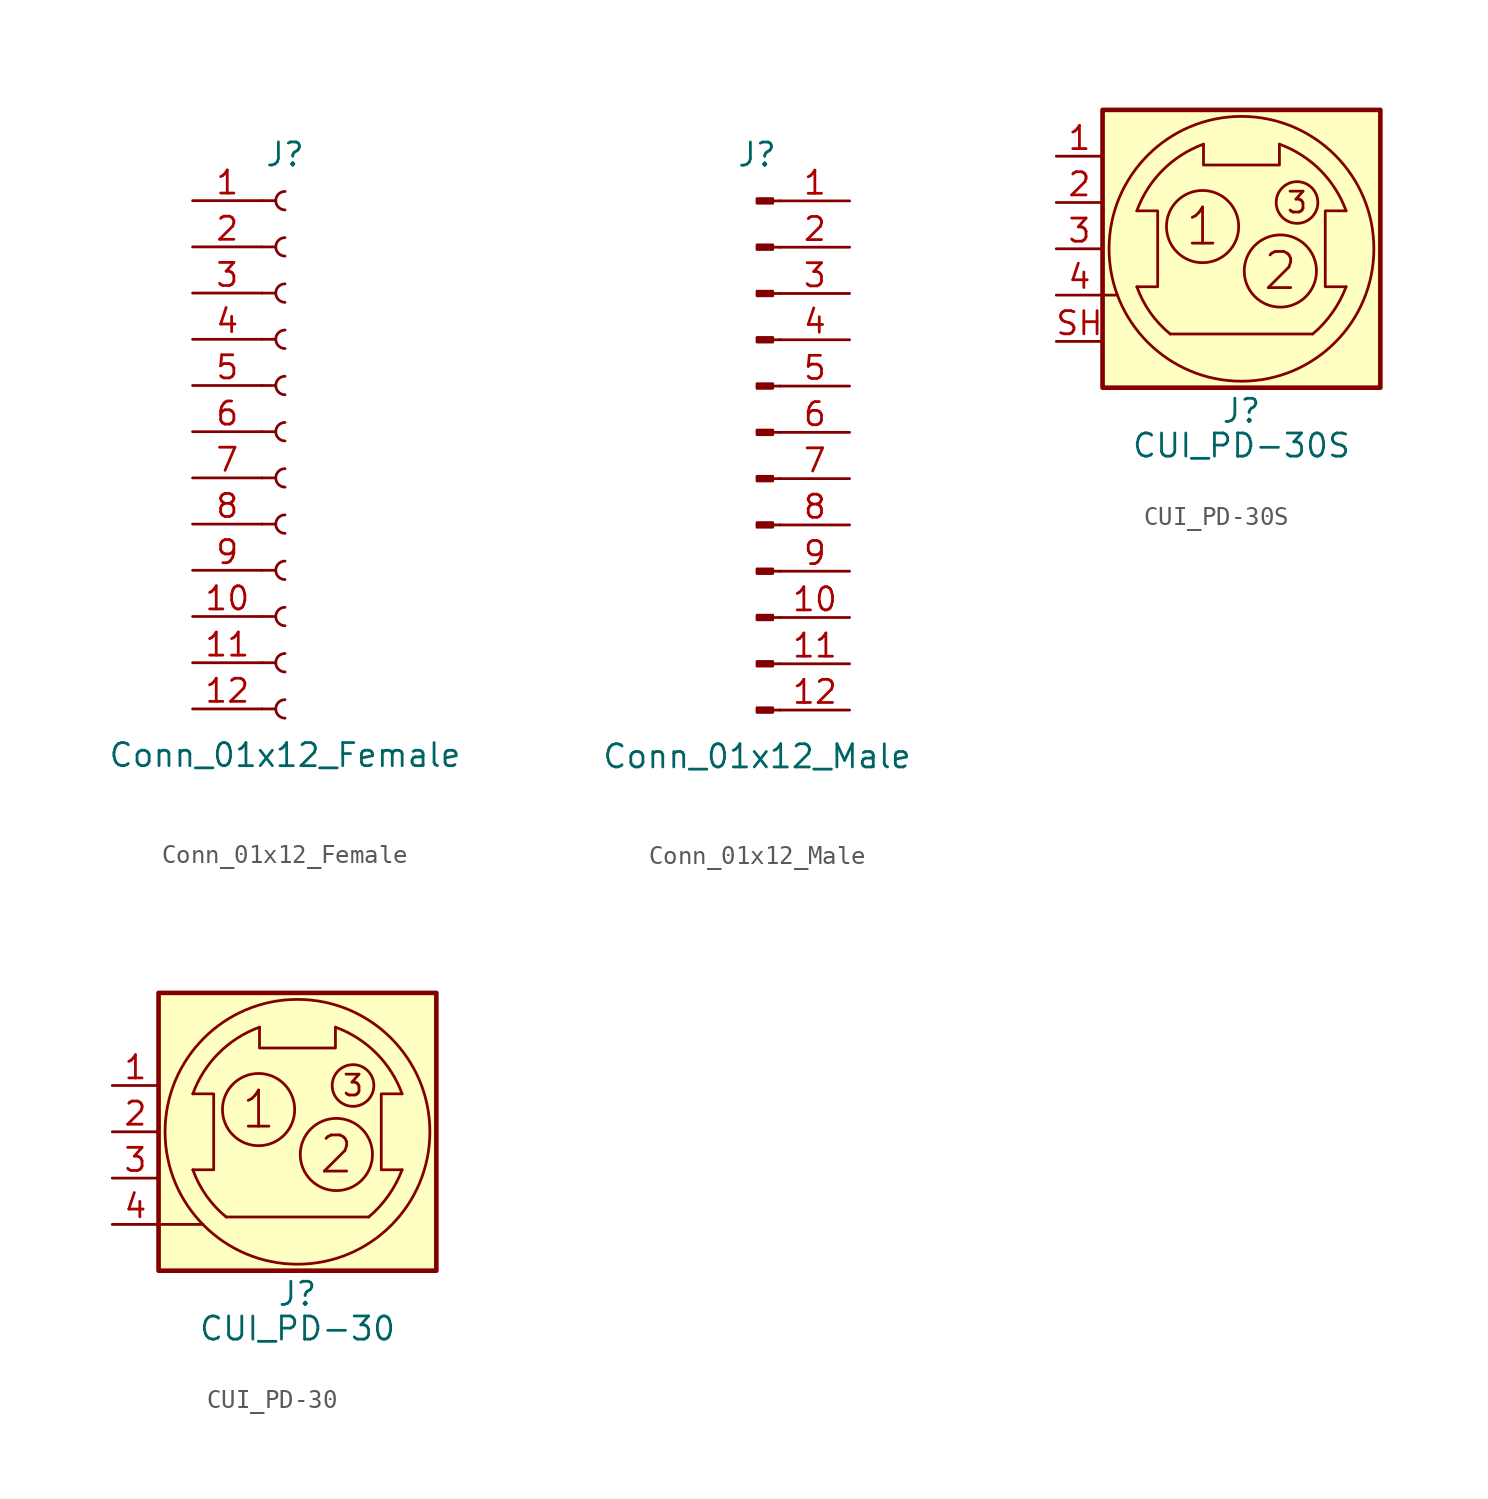
<source format=kicad_sym>
(kicad_symbol_lib
  (version 20220914)
  (generator kicad_symbol_editor)
  (symbol "Conn_01x12_Female"
    (pin_names
      (offset 1.016) hide)
    (property "Reference" "J"
      (at 0 15.24 0)
      (effects (font (size 1.27 1.27))))
    (property "Value" "Conn_01x12_Female"
      (at 0 -17.78 0)
      (effects (font (size 1.27 1.27))))
    (symbol "Conn_01x12_Female_1_1"
      (arc (start 0 -14.732) (mid -0.5058 -15.24) (end 0 -15.748) (stroke (width 0.1524) (type solid)) (fill (type none)))
      (arc (start 0 -12.192) (mid -0.5058 -12.7) (end 0 -13.208) (stroke (width 0.1524) (type solid)) (fill (type none)))
      (arc (start 0 -9.652) (mid -0.5058 -10.16) (end 0 -10.668) (stroke (width 0.1524) (type solid)) (fill (type none)))
      (arc (start 0 -7.112) (mid -0.5058 -7.62) (end 0 -8.128) (stroke (width 0.1524) (type solid)) (fill (type none)))
      (arc (start 0 -4.572) (mid -0.5058 -5.08) (end 0 -5.588) (stroke (width 0.1524) (type solid)) (fill (type none)))
      (arc (start 0 -2.032) (mid -0.5058 -2.54) (end 0 -3.048) (stroke (width 0.1524) (type solid)) (fill (type none)))
      (polyline (pts (xy -1.27 -15.24) (xy -0.508 -15.24)) (stroke (width 0.152) (type solid)) (fill (type none)))
      (polyline (pts (xy -1.27 -12.7) (xy -0.508 -12.7)) (stroke (width 0.152) (type solid)) (fill (type none)))
      (polyline (pts (xy -1.27 -10.16) (xy -0.508 -10.16)) (stroke (width 0.152) (type solid)) (fill (type none)))
      (polyline (pts (xy -1.27 -7.62) (xy -0.508 -7.62)) (stroke (width 0.152) (type solid)) (fill (type none)))
      (polyline (pts (xy -1.27 -5.08) (xy -0.508 -5.08)) (stroke (width 0.152) (type solid)) (fill (type none)))
      (polyline (pts (xy -1.27 -2.54) (xy -0.508 -2.54)) (stroke (width 0.152) (type solid)) (fill (type none)))
      (polyline (pts (xy -1.27 0) (xy -0.508 0)) (stroke (width 0.152) (type solid)) (fill (type none)))
      (polyline (pts (xy -1.27 2.54) (xy -0.508 2.54)) (stroke (width 0.152) (type solid)) (fill (type none)))
      (polyline (pts (xy -1.27 5.08) (xy -0.508 5.08)) (stroke (width 0.152) (type solid)) (fill (type none)))
      (polyline (pts (xy -1.27 7.62) (xy -0.508 7.62)) (stroke (width 0.152) (type solid)) (fill (type none)))
      (polyline (pts (xy -1.27 10.16) (xy -0.508 10.16)) (stroke (width 0.152) (type solid)) (fill (type none)))
      (polyline (pts (xy -1.27 12.7) (xy -0.508 12.7)) (stroke (width 0.152) (type solid)) (fill (type none)))
      (arc (start 0 0.508) (mid -0.5058 0) (end 0 -0.508) (stroke (width 0.1524) (type solid)) (fill (type none)))
      (arc (start 0 3.048) (mid -0.5058 2.54) (end 0 2.032) (stroke (width 0.1524) (type solid)) (fill (type none)))
      (arc (start 0 5.588) (mid -0.5058 5.08) (end 0 4.572) (stroke (width 0.1524) (type solid)) (fill (type none)))
      (arc (start 0 8.128) (mid -0.5058 7.62) (end 0 7.112) (stroke (width 0.1524) (type solid)) (fill (type none)))
      (arc (start 0 10.668) (mid -0.5058 10.16) (end 0 9.652) (stroke (width 0.1524) (type solid)) (fill (type none)))
      (arc (start 0 13.208) (mid -0.5058 12.7) (end 0 12.192) (stroke (width 0.1524) (type solid)) (fill (type none)))
      (pin passive line (at -5.08 12.7 0) (length 3.81) (name "Pin_1" (effects (font (size 1.27 1.27)))) (number "1" (effects (font (size 1.27 1.27)))))
      (pin passive line (at -5.08 -10.16 0) (length 3.81) (name "Pin_10" (effects (font (size 1.27 1.27)))) (number "10" (effects (font (size 1.27 1.27)))))
      (pin passive line (at -5.08 -12.7 0) (length 3.81) (name "Pin_11" (effects (font (size 1.27 1.27)))) (number "11" (effects (font (size 1.27 1.27)))))
      (pin passive line (at -5.08 -15.24 0) (length 3.81) (name "Pin_12" (effects (font (size 1.27 1.27)))) (number "12" (effects (font (size 1.27 1.27)))))
      (pin passive line (at -5.08 10.16 0) (length 3.81) (name "Pin_2" (effects (font (size 1.27 1.27)))) (number "2" (effects (font (size 1.27 1.27)))))
      (pin passive line (at -5.08 7.62 0) (length 3.81) (name "Pin_3" (effects (font (size 1.27 1.27)))) (number "3" (effects (font (size 1.27 1.27)))))
      (pin passive line (at -5.08 5.08 0) (length 3.81) (name "Pin_4" (effects (font (size 1.27 1.27)))) (number "4" (effects (font (size 1.27 1.27)))))
      (pin passive line (at -5.08 2.54 0) (length 3.81) (name "Pin_5" (effects (font (size 1.27 1.27)))) (number "5" (effects (font (size 1.27 1.27)))))
      (pin passive line (at -5.08 0 0) (length 3.81) (name "Pin_6" (effects (font (size 1.27 1.27)))) (number "6" (effects (font (size 1.27 1.27)))))
      (pin passive line (at -5.08 -2.54 0) (length 3.81) (name "Pin_7" (effects (font (size 1.27 1.27)))) (number "7" (effects (font (size 1.27 1.27)))))
      (pin passive line (at -5.08 -5.08 0) (length 3.81) (name "Pin_8" (effects (font (size 1.27 1.27)))) (number "8" (effects (font (size 1.27 1.27)))))
      (pin passive line (at -5.08 -7.62 0) (length 3.81) (name "Pin_9" (effects (font (size 1.27 1.27)))) (number "9" (effects (font (size 1.27 1.27)))))))
  (symbol "Conn_01x12_Male"
    (pin_names
      (offset 1.016) hide)
    (property "Reference" "J"
      (at 0 15.24 0)
      (effects (font (size 1.27 1.27))))
    (property "Value" "Conn_01x12_Male"
      (at 0 -17.78 0)
      (effects (font (size 1.27 1.27))))
    (symbol "Conn_01x12_Male_1_1"
      (polyline (pts (xy 1.27 -15.24) (xy 0.864 -15.24)) (stroke (width 0.152) (type solid)) (fill (type none)))
      (polyline (pts (xy 1.27 -12.7) (xy 0.864 -12.7)) (stroke (width 0.152) (type solid)) (fill (type none)))
      (polyline (pts (xy 1.27 -10.16) (xy 0.864 -10.16)) (stroke (width 0.152) (type solid)) (fill (type none)))
      (polyline (pts (xy 1.27 -7.62) (xy 0.864 -7.62)) (stroke (width 0.152) (type solid)) (fill (type none)))
      (polyline (pts (xy 1.27 -5.08) (xy 0.864 -5.08)) (stroke (width 0.152) (type solid)) (fill (type none)))
      (polyline (pts (xy 1.27 -2.54) (xy 0.864 -2.54)) (stroke (width 0.152) (type solid)) (fill (type none)))
      (polyline (pts (xy 1.27 0) (xy 0.864 0)) (stroke (width 0.152) (type solid)) (fill (type none)))
      (polyline (pts (xy 1.27 2.54) (xy 0.864 2.54)) (stroke (width 0.152) (type solid)) (fill (type none)))
      (polyline (pts (xy 1.27 5.08) (xy 0.864 5.08)) (stroke (width 0.152) (type solid)) (fill (type none)))
      (polyline (pts (xy 1.27 7.62) (xy 0.864 7.62)) (stroke (width 0.152) (type solid)) (fill (type none)))
      (polyline (pts (xy 1.27 10.16) (xy 0.864 10.16)) (stroke (width 0.152) (type solid)) (fill (type none)))
      (polyline (pts (xy 1.27 12.7) (xy 0.864 12.7)) (stroke (width 0.152) (type solid)) (fill (type none)))
      (rectangle (start 0.864 -15.113) (end 0 -15.367) (stroke (width 0.152) (type solid)) (fill (type outline)))
      (rectangle (start 0.864 -12.573) (end 0 -12.827) (stroke (width 0.152) (type solid)) (fill (type outline)))
      (rectangle (start 0.864 -10.033) (end 0 -10.287) (stroke (width 0.152) (type solid)) (fill (type outline)))
      (rectangle (start 0.864 -7.493) (end 0 -7.747) (stroke (width 0.152) (type solid)) (fill (type outline)))
      (rectangle (start 0.864 -4.953) (end 0 -5.207) (stroke (width 0.152) (type solid)) (fill (type outline)))
      (rectangle (start 0.864 -2.413) (end 0 -2.667) (stroke (width 0.152) (type solid)) (fill (type outline)))
      (rectangle (start 0.864 0.127) (end 0 -0.127) (stroke (width 0.152) (type solid)) (fill (type outline)))
      (rectangle (start 0.864 2.667) (end 0 2.413) (stroke (width 0.152) (type solid)) (fill (type outline)))
      (rectangle (start 0.864 5.207) (end 0 4.953) (stroke (width 0.152) (type solid)) (fill (type outline)))
      (rectangle (start 0.864 7.747) (end 0 7.493) (stroke (width 0.152) (type solid)) (fill (type outline)))
      (rectangle (start 0.864 10.287) (end 0 10.033) (stroke (width 0.152) (type solid)) (fill (type outline)))
      (rectangle (start 0.864 12.827) (end 0 12.573) (stroke (width 0.152) (type solid)) (fill (type outline)))
      (pin passive line (at 5.08 12.7 180) (length 3.81) (name "Pin_1" (effects (font (size 1.27 1.27)))) (number "1" (effects (font (size 1.27 1.27)))))
      (pin passive line (at 5.08 -10.16 180) (length 3.81) (name "Pin_10" (effects (font (size 1.27 1.27)))) (number "10" (effects (font (size 1.27 1.27)))))
      (pin passive line (at 5.08 -12.7 180) (length 3.81) (name "Pin_11" (effects (font (size 1.27 1.27)))) (number "11" (effects (font (size 1.27 1.27)))))
      (pin passive line (at 5.08 -15.24 180) (length 3.81) (name "Pin_12" (effects (font (size 1.27 1.27)))) (number "12" (effects (font (size 1.27 1.27)))))
      (pin passive line (at 5.08 10.16 180) (length 3.81) (name "Pin_2" (effects (font (size 1.27 1.27)))) (number "2" (effects (font (size 1.27 1.27)))))
      (pin passive line (at 5.08 7.62 180) (length 3.81) (name "Pin_3" (effects (font (size 1.27 1.27)))) (number "3" (effects (font (size 1.27 1.27)))))
      (pin passive line (at 5.08 5.08 180) (length 3.81) (name "Pin_4" (effects (font (size 1.27 1.27)))) (number "4" (effects (font (size 1.27 1.27)))))
      (pin passive line (at 5.08 2.54 180) (length 3.81) (name "Pin_5" (effects (font (size 1.27 1.27)))) (number "5" (effects (font (size 1.27 1.27)))))
      (pin passive line (at 5.08 0 180) (length 3.81) (name "Pin_6" (effects (font (size 1.27 1.27)))) (number "6" (effects (font (size 1.27 1.27)))))
      (pin passive line (at 5.08 -2.54 180) (length 3.81) (name "Pin_7" (effects (font (size 1.27 1.27)))) (number "7" (effects (font (size 1.27 1.27)))))
      (pin passive line (at 5.08 -5.08 180) (length 3.81) (name "Pin_8" (effects (font (size 1.27 1.27)))) (number "8" (effects (font (size 1.27 1.27)))))
      (pin passive line (at 5.08 -7.62 180) (length 3.81) (name "Pin_9" (effects (font (size 1.27 1.27)))) (number "9" (effects (font (size 1.27 1.27)))))))
  (symbol "CUI_PD-30S"
    (pin_names
      (offset 1.016) hide)
    (property "Reference" "J"
      (at 0 -8.89 0)
      (effects (font (size 1.27 1.27))))
    (property "Value" "CUI_PD-30S"
      (at 0 -10.795 0)
      (effects (font (size 1.27 1.27))))
    (symbol "CUI_PD-30S_0_1"
      (rectangle (start -7.62 -7.62) (end 7.62 7.62) (stroke (width 0.254) (type solid)) (fill (type background)))
      (arc (start -5.7404 -2.0828) (mid -5.0018 -3.5032) (end -3.9116 -4.6736) (stroke (width 0) (type solid)) (fill (type none)))
      (circle (center -2.134 1.219) (radius 1.981) (stroke (width 0) (type solid)) (fill (type none)))
      (arc (start -2.0828 5.7404) (mid -4.318 4.318) (end -5.7404 2.0828) (stroke (width 0) (type solid)) (fill (type none)))
      (polyline (pts (xy -7.62 -2.54) (xy -6.807 -2.54)) (stroke (width 0) (type solid)) (fill (type none)))
      (polyline (pts (xy -3.912 -4.674) (xy 3.912 -4.674)) (stroke (width 0) (type solid)) (fill (type none)))
      (polyline (pts (xy -5.74 2.083) (xy -4.597 2.083) (xy -4.597 -2.083) (xy -5.74 -2.083)) (stroke (width 0) (type solid)) (fill (type none)))
      (polyline (pts (xy 2.083 5.74) (xy 2.083 4.597) (xy -2.083 4.597) (xy -2.083 5.74)) (stroke (width 0) (type solid)) (fill (type none)))
      (polyline (pts (xy 5.74 -2.083) (xy 4.597 -2.083) (xy 4.597 2.083) (xy 5.74 2.083)) (stroke (width 0) (type solid)) (fill (type none)))
      (circle (center 0 0) (radius 7.264) (stroke (width 0) (type solid)) (fill (type none)))
      (circle (center 2.134 -1.219) (radius 1.981) (stroke (width 0) (type solid)) (fill (type none)))
      (circle (center 3.048 2.54) (radius 1.143) (stroke (width 0) (type solid)) (fill (type none)))
      (arc (start 3.9116 -4.6736) (mid 4.9919 -3.4963) (end 5.7404 -2.0828) (stroke (width 0) (type solid)) (fill (type none)))
      (arc (start 5.7404 2.0828) (mid 4.318 4.318) (end 2.0828 5.7404) (stroke (width 0) (type solid)) (fill (type none)))
      (text "1" (at -2.134 1.219 0) (effects (font (size 1.981 1.981))))
      (text "2" (at 2.134 -1.219 0) (effects (font (size 1.981 1.981))))
      (text "3" (at 3.048 2.54 0) (effects (font (size 1.143 1.143)))))
    (symbol "CUI_PD-30S_1_1"
      (pin passive line (at -10.16 5.08 0) (length 2.54) (name "1" (effects (font (size 1.27 1.27)))) (number "1" (effects (font (size 1.27 1.27)))))
      (pin passive line (at -10.16 2.54 0) (length 2.54) (name "2" (effects (font (size 1.27 1.27)))) (number "2" (effects (font (size 1.27 1.27)))))
      (pin passive line (at -10.16 0 0) (length 2.54) (name "3" (effects (font (size 1.27 1.27)))) (number "3" (effects (font (size 1.27 1.27)))))
      (pin passive line (at -10.16 -2.54 0) (length 2.54) (name "Shield" (effects (font (size 1.27 1.27)))) (number "4" (effects (font (size 1.27 1.27)))))
      (pin passive line (at -10.16 -5.08 0) (length 2.54) (name "Shield" (effects (font (size 1.27 1.27)))) (number "SH" (effects (font (size 1.27 1.27)))))))
  (symbol "CUI_PD-30"
    (pin_names
      (offset 1.016) hide)
    (property "Reference" "J"
      (at 0 -8.89 0)
      (effects (font (size 1.27 1.27))))
    (property "Value" "CUI_PD-30"
      (at 0 -10.795 0)
      (effects (font (size 1.27 1.27))))
    (symbol "CUI_PD-30_0_1"
      (rectangle (start -7.62 -7.62) (end 7.62 7.62) (stroke (width 0.254) (type solid)) (fill (type background)))
      (arc (start -5.7404 -2.0828) (mid -5.0018 -3.5032) (end -3.9116 -4.6736) (stroke (width 0) (type solid)) (fill (type none)))
      (circle (center -2.134 1.219) (radius 1.981) (stroke (width 0) (type solid)) (fill (type none)))
      (arc (start -2.0828 5.7404) (mid -4.318 4.318) (end -5.7404 2.0828) (stroke (width 0) (type solid)) (fill (type none)))
      (polyline (pts (xy -7.62 -5.08) (xy -5.182 -5.08)) (stroke (width 0) (type solid)) (fill (type none)))
      (polyline (pts (xy -3.912 -4.674) (xy 3.912 -4.674)) (stroke (width 0) (type solid)) (fill (type none)))
      (polyline (pts (xy -5.74 2.083) (xy -4.597 2.083) (xy -4.597 -2.083) (xy -5.74 -2.083)) (stroke (width 0) (type solid)) (fill (type none)))
      (polyline (pts (xy 2.083 5.74) (xy 2.083 4.597) (xy -2.083 4.597) (xy -2.083 5.74)) (stroke (width 0) (type solid)) (fill (type none)))
      (polyline (pts (xy 5.74 -2.083) (xy 4.597 -2.083) (xy 4.597 2.083) (xy 5.74 2.083)) (stroke (width 0) (type solid)) (fill (type none)))
      (circle (center 0 0) (radius 7.264) (stroke (width 0) (type solid)) (fill (type none)))
      (circle (center 2.134 -1.245) (radius 1.981) (stroke (width 0) (type solid)) (fill (type none)))
      (circle (center 3.048 2.54) (radius 1.143) (stroke (width 0) (type solid)) (fill (type none)))
      (arc (start 3.9116 -4.6736) (mid 4.9919 -3.4963) (end 5.7404 -2.0828) (stroke (width 0) (type solid)) (fill (type none)))
      (arc (start 5.7404 2.0828) (mid 4.318 4.318) (end 2.0828 5.7404) (stroke (width 0) (type solid)) (fill (type none)))
      (text "1" (at -2.134 1.219 0) (effects (font (size 1.981 1.981))))
      (text "2" (at 2.134 -1.245 0) (effects (font (size 1.981 1.981))))
      (text "3" (at 3.048 2.54 0) (effects (font (size 1.143 1.143)))))
    (symbol "CUI_PD-30_1_1"
      (pin passive line (at -10.16 2.54 0) (length 2.54) (name "1" (effects (font (size 1.27 1.27)))) (number "1" (effects (font (size 1.27 1.27)))))
      (pin passive line (at -10.16 0 0) (length 2.54) (name "2" (effects (font (size 1.27 1.27)))) (number "2" (effects (font (size 1.27 1.27)))))
      (pin passive line (at -10.16 -2.54 0) (length 2.54) (name "3" (effects (font (size 1.27 1.27)))) (number "3" (effects (font (size 1.27 1.27)))))
      (pin passive line (at -10.16 -5.08 0) (length 2.54) (name "Shield" (effects (font (size 1.27 1.27)))) (number "4" (effects (font (size 1.27 1.27))))))))
</source>
